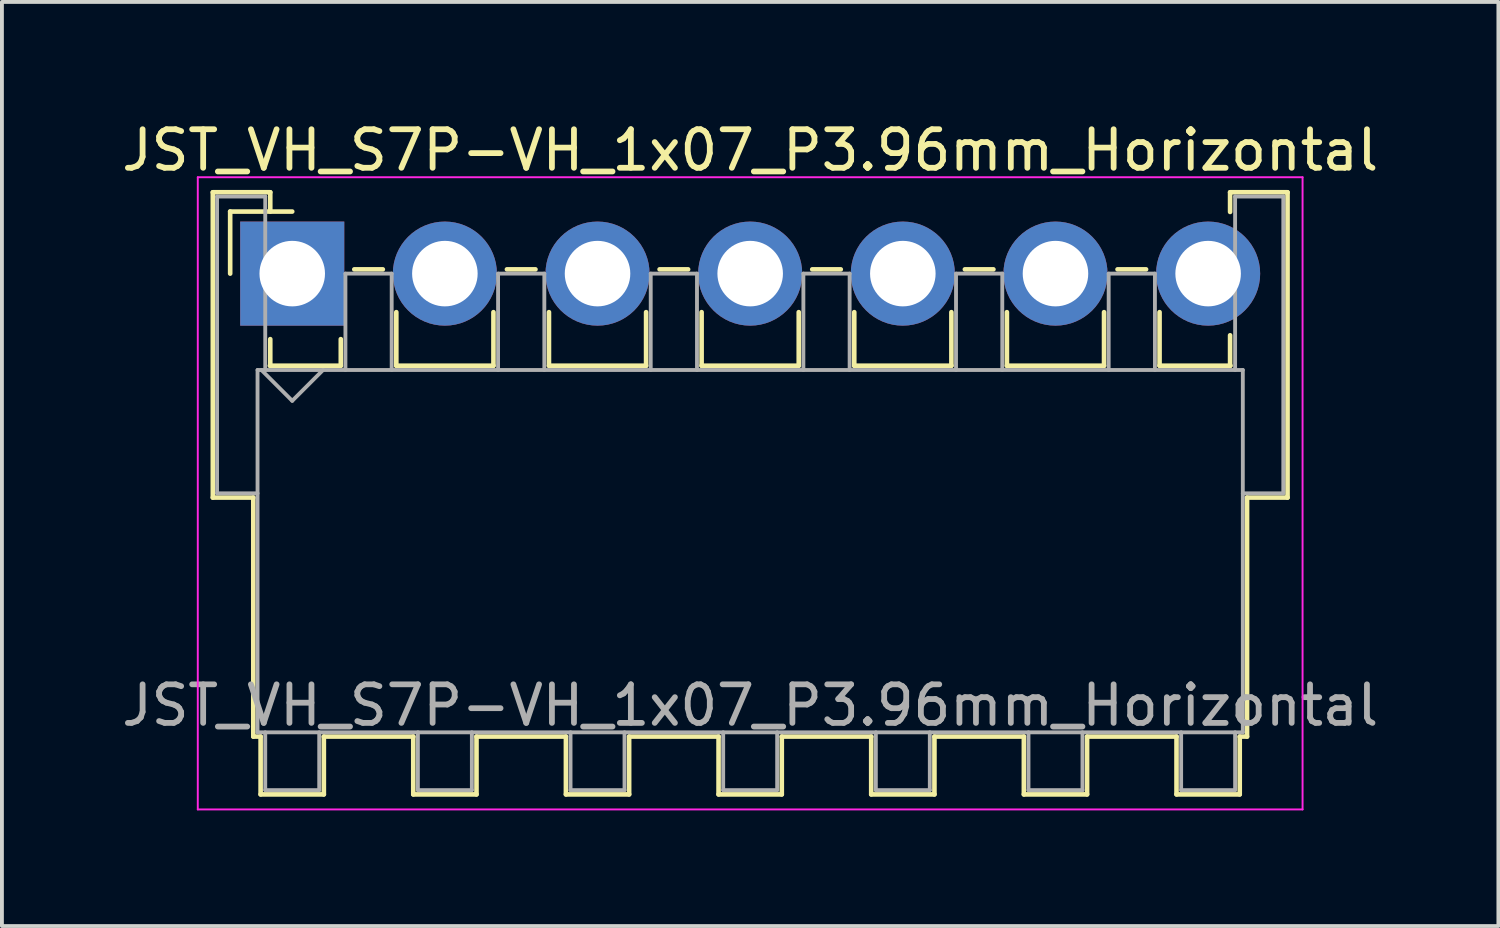
<source format=kicad_pcb>
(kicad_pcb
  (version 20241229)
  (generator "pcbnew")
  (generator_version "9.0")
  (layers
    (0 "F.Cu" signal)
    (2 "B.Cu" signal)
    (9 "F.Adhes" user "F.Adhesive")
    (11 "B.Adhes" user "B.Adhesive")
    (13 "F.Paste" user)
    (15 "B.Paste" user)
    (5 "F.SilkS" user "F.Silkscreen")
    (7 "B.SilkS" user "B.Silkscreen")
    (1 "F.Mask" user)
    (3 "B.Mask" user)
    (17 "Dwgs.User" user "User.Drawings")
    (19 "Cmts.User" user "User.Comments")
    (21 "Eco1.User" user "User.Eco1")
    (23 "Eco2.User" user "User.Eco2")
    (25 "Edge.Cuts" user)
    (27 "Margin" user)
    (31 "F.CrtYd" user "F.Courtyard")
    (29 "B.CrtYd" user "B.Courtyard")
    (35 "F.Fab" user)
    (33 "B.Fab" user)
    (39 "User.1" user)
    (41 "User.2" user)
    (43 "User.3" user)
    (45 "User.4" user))
  (footprint "JST_VH_S7P-VH_1x07_P3.96mm_Horizontal"
    (layer "F.Cu")
    (at 4.531 4.048)
    (property "Reference" "JST_VH_S7P-VH_1x07_P3.96mm_Horizontal" (at 11.88 -3.2 0) (layer "F.SilkS") (effects (font (size 1 1) (thickness 0.15))))
    (attr through_hole)
    (fp_line (start -2.06 -2.11) (end -0.57 -2.11) (stroke (width 0.12) (type solid)) (layer "F.SilkS"))
    (fp_line (start -2.06 5.81) (end -2.06 -2.11) (stroke (width 0.12) (type solid)) (layer "F.SilkS"))
    (fp_line (start -1.61 -1.61) (end -1.61 0) (stroke (width 0.12) (type solid)) (layer "F.SilkS"))
    (fp_line (start -1.01 5.81) (end -2.06 5.81) (stroke (width 0.12) (type solid)) (layer "F.SilkS"))
    (fp_line (start -1.01 5.81) (end -1.01 12.01) (stroke (width 0.12) (type solid)) (layer "F.SilkS"))
    (fp_line (start -1.01 12.01) (end -0.82 12.01) (stroke (width 0.12) (type solid)) (layer "F.SilkS"))
    (fp_line (start -0.82 12.01) (end -0.82 13.51) (stroke (width 0.12) (type solid)) (layer "F.SilkS"))
    (fp_line (start -0.82 13.51) (end 0.82 13.51) (stroke (width 0.12) (type solid)) (layer "F.SilkS"))
    (fp_line (start -0.58 2.39) (end 1.26 2.39) (stroke (width 0.12) (type solid)) (layer "F.SilkS"))
    (fp_line (start -0.57 -2.11) (end -0.57 -1.61) (stroke (width 0.12) (type solid)) (layer "F.SilkS"))
    (fp_line (start -0.57 1.7) (end -0.57 2.39) (stroke (width 0.12) (type solid)) (layer "F.SilkS"))
    (fp_line (start 0 -1.61) (end -1.61 -1.61) (stroke (width 0.12) (type solid)) (layer "F.SilkS"))
    (fp_line (start 0.82 12.01) (end 3.14 12.01) (stroke (width 0.12) (type solid)) (layer "F.SilkS"))
    (fp_line (start 0.82 13.51) (end 0.82 12.01) (stroke (width 0.12) (type solid)) (layer "F.SilkS"))
    (fp_line (start 1.26 2.39) (end 1.26 1.7) (stroke (width 0.12) (type solid)) (layer "F.SilkS"))
    (fp_line (start 1.61 -0.11) (end 2.35 -0.11) (stroke (width 0.12) (type solid)) (layer "F.SilkS"))
    (fp_line (start 2.7 1) (end 2.7 2.39) (stroke (width 0.12) (type solid)) (layer "F.SilkS"))
    (fp_line (start 2.7 2.39) (end 5.22 2.39) (stroke (width 0.12) (type solid)) (layer "F.SilkS"))
    (fp_line (start 3.14 12.01) (end 3.14 13.51) (stroke (width 0.12) (type solid)) (layer "F.SilkS"))
    (fp_line (start 3.14 13.51) (end 4.78 13.51) (stroke (width 0.12) (type solid)) (layer "F.SilkS"))
    (fp_line (start 4.78 12.01) (end 7.1 12.01) (stroke (width 0.12) (type solid)) (layer "F.SilkS"))
    (fp_line (start 4.78 13.51) (end 4.78 12.01) (stroke (width 0.12) (type solid)) (layer "F.SilkS"))
    (fp_line (start 5.22 2.39) (end 5.22 1) (stroke (width 0.12) (type solid)) (layer "F.SilkS"))
    (fp_line (start 5.57 -0.11) (end 6.31 -0.11) (stroke (width 0.12) (type solid)) (layer "F.SilkS"))
    (fp_line (start 6.66 1) (end 6.66 2.39) (stroke (width 0.12) (type solid)) (layer "F.SilkS"))
    (fp_line (start 6.66 2.39) (end 9.18 2.39) (stroke (width 0.12) (type solid)) (layer "F.SilkS"))
    (fp_line (start 7.1 12.01) (end 7.1 13.51) (stroke (width 0.12) (type solid)) (layer "F.SilkS"))
    (fp_line (start 7.1 13.51) (end 8.74 13.51) (stroke (width 0.12) (type solid)) (layer "F.SilkS"))
    (fp_line (start 8.74 12.01) (end 11.06 12.01) (stroke (width 0.12) (type solid)) (layer "F.SilkS"))
    (fp_line (start 8.74 13.51) (end 8.74 12.01) (stroke (width 0.12) (type solid)) (layer "F.SilkS"))
    (fp_line (start 9.18 2.39) (end 9.18 1) (stroke (width 0.12) (type solid)) (layer "F.SilkS"))
    (fp_line (start 9.53 -0.11) (end 10.27 -0.11) (stroke (width 0.12) (type solid)) (layer "F.SilkS"))
    (fp_line (start 10.62 1) (end 10.62 2.39) (stroke (width 0.12) (type solid)) (layer "F.SilkS"))
    (fp_line (start 10.62 2.39) (end 13.14 2.39) (stroke (width 0.12) (type solid)) (layer "F.SilkS"))
    (fp_line (start 11.06 12.01) (end 11.06 13.51) (stroke (width 0.12) (type solid)) (layer "F.SilkS"))
    (fp_line (start 11.06 13.51) (end 12.7 13.51) (stroke (width 0.12) (type solid)) (layer "F.SilkS"))
    (fp_line (start 12.7 12.01) (end 15.02 12.01) (stroke (width 0.12) (type solid)) (layer "F.SilkS"))
    (fp_line (start 12.7 13.51) (end 12.7 12.01) (stroke (width 0.12) (type solid)) (layer "F.SilkS"))
    (fp_line (start 13.14 2.39) (end 13.14 1) (stroke (width 0.12) (type solid)) (layer "F.SilkS"))
    (fp_line (start 13.49 -0.11) (end 14.23 -0.11) (stroke (width 0.12) (type solid)) (layer "F.SilkS"))
    (fp_line (start 14.58 1) (end 14.58 2.39) (stroke (width 0.12) (type solid)) (layer "F.SilkS"))
    (fp_line (start 14.58 2.39) (end 17.1 2.39) (stroke (width 0.12) (type solid)) (layer "F.SilkS"))
    (fp_line (start 15.02 12.01) (end 15.02 13.51) (stroke (width 0.12) (type solid)) (layer "F.SilkS"))
    (fp_line (start 15.02 13.51) (end 16.66 13.51) (stroke (width 0.12) (type solid)) (layer "F.SilkS"))
    (fp_line (start 16.66 12.01) (end 18.98 12.01) (stroke (width 0.12) (type solid)) (layer "F.SilkS"))
    (fp_line (start 16.66 13.51) (end 16.66 12.01) (stroke (width 0.12) (type solid)) (layer "F.SilkS"))
    (fp_line (start 17.1 2.39) (end 17.1 1) (stroke (width 0.12) (type solid)) (layer "F.SilkS"))
    (fp_line (start 17.45 -0.11) (end 18.19 -0.11) (stroke (width 0.12) (type solid)) (layer "F.SilkS"))
    (fp_line (start 18.54 1) (end 18.54 2.39) (stroke (width 0.12) (type solid)) (layer "F.SilkS"))
    (fp_line (start 18.54 2.39) (end 21.06 2.39) (stroke (width 0.12) (type solid)) (layer "F.SilkS"))
    (fp_line (start 18.98 12.01) (end 18.98 13.51) (stroke (width 0.12) (type solid)) (layer "F.SilkS"))
    (fp_line (start 18.98 13.51) (end 20.62 13.51) (stroke (width 0.12) (type solid)) (layer "F.SilkS"))
    (fp_line (start 20.62 12.01) (end 22.94 12.01) (stroke (width 0.12) (type solid)) (layer "F.SilkS"))
    (fp_line (start 20.62 13.51) (end 20.62 12.01) (stroke (width 0.12) (type solid)) (layer "F.SilkS"))
    (fp_line (start 21.06 2.39) (end 21.06 1) (stroke (width 0.12) (type solid)) (layer "F.SilkS"))
    (fp_line (start 21.41 -0.11) (end 22.15 -0.11) (stroke (width 0.12) (type solid)) (layer "F.SilkS"))
    (fp_line (start 22.5 1) (end 22.5 2.39) (stroke (width 0.12) (type solid)) (layer "F.SilkS"))
    (fp_line (start 22.5 2.39) (end 24.34 2.39) (stroke (width 0.12) (type solid)) (layer "F.SilkS"))
    (fp_line (start 22.94 12.01) (end 22.94 13.51) (stroke (width 0.12) (type solid)) (layer "F.SilkS"))
    (fp_line (start 22.94 13.51) (end 24.58 13.51) (stroke (width 0.12) (type solid)) (layer "F.SilkS"))
    (fp_line (start 24.33 -2.11) (end 25.82 -2.11) (stroke (width 0.12) (type solid)) (layer "F.SilkS"))
    (fp_line (start 24.33 -1.6) (end 24.33 -2.11) (stroke (width 0.12) (type solid)) (layer "F.SilkS"))
    (fp_line (start 24.33 2.39) (end 24.33 1.6) (stroke (width 0.12) (type solid)) (layer "F.SilkS"))
    (fp_line (start 24.58 12.01) (end 24.77 12.01) (stroke (width 0.12) (type solid)) (layer "F.SilkS"))
    (fp_line (start 24.58 13.51) (end 24.58 12.01) (stroke (width 0.12) (type solid)) (layer "F.SilkS"))
    (fp_line (start 24.77 12.01) (end 24.77 5.81) (stroke (width 0.12) (type solid)) (layer "F.SilkS"))
    (fp_line (start 25.82 -2.11) (end 25.82 5.81) (stroke (width 0.12) (type solid)) (layer "F.SilkS"))
    (fp_line (start 25.82 5.81) (end 24.77 5.81) (stroke (width 0.12) (type solid)) (layer "F.SilkS"))
    (fp_line (start -2.45 -2.5) (end -2.45 13.9) (stroke (width 0.05) (type solid)) (layer "F.CrtYd"))
    (fp_line (start -2.45 13.9) (end 26.21 13.9) (stroke (width 0.05) (type solid)) (layer "F.CrtYd"))
    (fp_line (start 26.21 -2.5) (end -2.45 -2.5) (stroke (width 0.05) (type solid)) (layer "F.CrtYd"))
    (fp_line (start 26.21 13.9) (end 26.21 -2.5) (stroke (width 0.05) (type solid)) (layer "F.CrtYd"))
    (fp_line (start -1.95 -2) (end -0.7 -2) (stroke (width 0.1) (type solid)) (layer "F.Fab"))
    (fp_line (start -1.95 5.7) (end -1.95 -2) (stroke (width 0.1) (type solid)) (layer "F.Fab"))
    (fp_line (start -0.9 2.5) (end -0.9 11.9) (stroke (width 0.1) (type solid)) (layer "F.Fab"))
    (fp_line (start -0.9 5.7) (end -1.95 5.7) (stroke (width 0.1) (type solid)) (layer "F.Fab"))
    (fp_line (start -0.9 11.9) (end 24.66 11.9) (stroke (width 0.1) (type solid)) (layer "F.Fab"))
    (fp_line (start -0.8 2.5) (end 0 3.3) (stroke (width 0.1) (type solid)) (layer "F.Fab"))
    (fp_line (start -0.7 -2) (end -0.7 2.5) (stroke (width 0.1) (type solid)) (layer "F.Fab"))
    (fp_line (start -0.7 11.9) (end -0.7 13.4) (stroke (width 0.1) (type solid)) (layer "F.Fab"))
    (fp_line (start -0.7 13.4) (end 0.7 13.4) (stroke (width 0.1) (type solid)) (layer "F.Fab"))
    (fp_line (start 0 3.3) (end 0.8 2.5) (stroke (width 0.1) (type solid)) (layer "F.Fab"))
    (fp_line (start 0.7 13.4) (end 0.7 11.9) (stroke (width 0.1) (type solid)) (layer "F.Fab"))
    (fp_line (start 1.38 0) (end 2.58 0) (stroke (width 0.1) (type solid)) (layer "F.Fab"))
    (fp_line (start 1.38 2.5) (end 1.38 0) (stroke (width 0.1) (type solid)) (layer "F.Fab"))
    (fp_line (start 2.58 0) (end 2.58 2.5) (stroke (width 0.1) (type solid)) (layer "F.Fab"))
    (fp_line (start 3.26 11.9) (end 3.26 13.4) (stroke (width 0.1) (type solid)) (layer "F.Fab"))
    (fp_line (start 3.26 13.4) (end 4.66 13.4) (stroke (width 0.1) (type solid)) (layer "F.Fab"))
    (fp_line (start 4.66 13.4) (end 4.66 11.9) (stroke (width 0.1) (type solid)) (layer "F.Fab"))
    (fp_line (start 5.34 0) (end 6.54 0) (stroke (width 0.1) (type solid)) (layer "F.Fab"))
    (fp_line (start 5.34 2.5) (end 5.34 0) (stroke (width 0.1) (type solid)) (layer "F.Fab"))
    (fp_line (start 6.54 0) (end 6.54 2.5) (stroke (width 0.1) (type solid)) (layer "F.Fab"))
    (fp_line (start 7.22 11.9) (end 7.22 13.4) (stroke (width 0.1) (type solid)) (layer "F.Fab"))
    (fp_line (start 7.22 13.4) (end 8.62 13.4) (stroke (width 0.1) (type solid)) (layer "F.Fab"))
    (fp_line (start 8.62 13.4) (end 8.62 11.9) (stroke (width 0.1) (type solid)) (layer "F.Fab"))
    (fp_line (start 9.3 0) (end 10.5 0) (stroke (width 0.1) (type solid)) (layer "F.Fab"))
    (fp_line (start 9.3 2.5) (end 9.3 0) (stroke (width 0.1) (type solid)) (layer "F.Fab"))
    (fp_line (start 10.5 0) (end 10.5 2.5) (stroke (width 0.1) (type solid)) (layer "F.Fab"))
    (fp_line (start 11.18 11.9) (end 11.18 13.4) (stroke (width 0.1) (type solid)) (layer "F.Fab"))
    (fp_line (start 11.18 13.4) (end 12.58 13.4) (stroke (width 0.1) (type solid)) (layer "F.Fab"))
    (fp_line (start 12.58 13.4) (end 12.58 11.9) (stroke (width 0.1) (type solid)) (layer "F.Fab"))
    (fp_line (start 13.26 0) (end 14.46 0) (stroke (width 0.1) (type solid)) (layer "F.Fab"))
    (fp_line (start 13.26 2.5) (end 13.26 0) (stroke (width 0.1) (type solid)) (layer "F.Fab"))
    (fp_line (start 14.46 0) (end 14.46 2.5) (stroke (width 0.1) (type solid)) (layer "F.Fab"))
    (fp_line (start 15.14 11.9) (end 15.14 13.4) (stroke (width 0.1) (type solid)) (layer "F.Fab"))
    (fp_line (start 15.14 13.4) (end 16.54 13.4) (stroke (width 0.1) (type solid)) (layer "F.Fab"))
    (fp_line (start 16.54 13.4) (end 16.54 11.9) (stroke (width 0.1) (type solid)) (layer "F.Fab"))
    (fp_line (start 17.22 0) (end 18.42 0) (stroke (width 0.1) (type solid)) (layer "F.Fab"))
    (fp_line (start 17.22 2.5) (end 17.22 0) (stroke (width 0.1) (type solid)) (layer "F.Fab"))
    (fp_line (start 18.42 0) (end 18.42 2.5) (stroke (width 0.1) (type solid)) (layer "F.Fab"))
    (fp_line (start 19.1 11.9) (end 19.1 13.4) (stroke (width 0.1) (type solid)) (layer "F.Fab"))
    (fp_line (start 19.1 13.4) (end 20.5 13.4) (stroke (width 0.1) (type solid)) (layer "F.Fab"))
    (fp_line (start 20.5 13.4) (end 20.5 11.9) (stroke (width 0.1) (type solid)) (layer "F.Fab"))
    (fp_line (start 21.18 0) (end 22.38 0) (stroke (width 0.1) (type solid)) (layer "F.Fab"))
    (fp_line (start 21.18 2.5) (end 21.18 0) (stroke (width 0.1) (type solid)) (layer "F.Fab"))
    (fp_line (start 22.38 0) (end 22.38 2.5) (stroke (width 0.1) (type solid)) (layer "F.Fab"))
    (fp_line (start 23.06 11.9) (end 23.06 13.4) (stroke (width 0.1) (type solid)) (layer "F.Fab"))
    (fp_line (start 23.06 13.4) (end 24.46 13.4) (stroke (width 0.1) (type solid)) (layer "F.Fab"))
    (fp_line (start 24.46 -2) (end 25.71 -2) (stroke (width 0.1) (type solid)) (layer "F.Fab"))
    (fp_line (start 24.46 2.5) (end 24.46 -2) (stroke (width 0.1) (type solid)) (layer "F.Fab"))
    (fp_line (start 24.46 13.4) (end 24.46 11.9) (stroke (width 0.1) (type solid)) (layer "F.Fab"))
    (fp_line (start 24.66 2.5) (end -0.9 2.5) (stroke (width 0.1) (type solid)) (layer "F.Fab"))
    (fp_line (start 24.66 11.9) (end 24.66 2.5) (stroke (width 0.1) (type solid)) (layer "F.Fab"))
    (fp_line (start 25.71 -2) (end 25.71 5.7) (stroke (width 0.1) (type solid)) (layer "F.Fab"))
    (fp_line (start 25.71 5.7) (end 24.66 5.7) (stroke (width 0.1) (type solid)) (layer "F.Fab"))
    (fp_text user "${REFERENCE}" (at 11.88 11.2 0) (layer "F.Fab") (effects (font (size 1 1) (thickness 0.15))))
    (pad "1" thru_hole rect (at 0 0) (size 2.7 2.7) (drill 1.7) (layers "*.Cu" "*.Mask"))
    (pad "2" thru_hole circle (at 3.96 0) (size 2.7 2.7) (drill 1.7) (layers "*.Cu" "*.Mask"))
    (pad "3" thru_hole circle (at 7.92 0) (size 2.7 2.7) (drill 1.7) (layers "*.Cu" "*.Mask"))
    (pad "4" thru_hole circle (at 11.88 0) (size 2.7 2.7) (drill 1.7) (layers "*.Cu" "*.Mask"))
    (pad "5" thru_hole circle (at 15.84 0) (size 2.7 2.7) (drill 1.7) (layers "*.Cu" "*.Mask"))
    (pad "6" thru_hole circle (at 19.8 0) (size 2.7 2.7) (drill 1.7) (layers "*.Cu" "*.Mask"))
    (pad "7" thru_hole circle (at 23.76 0) (size 2.7 2.7) (drill 1.7) (layers "*.Cu" "*.Mask")))
  (gr_rect
    (start -3 -3)
    (end 35.821 20.973)
    (stroke (width 0.1) (type default))
    (fill no)
    (layer "Edge.Cuts")))
</source>
